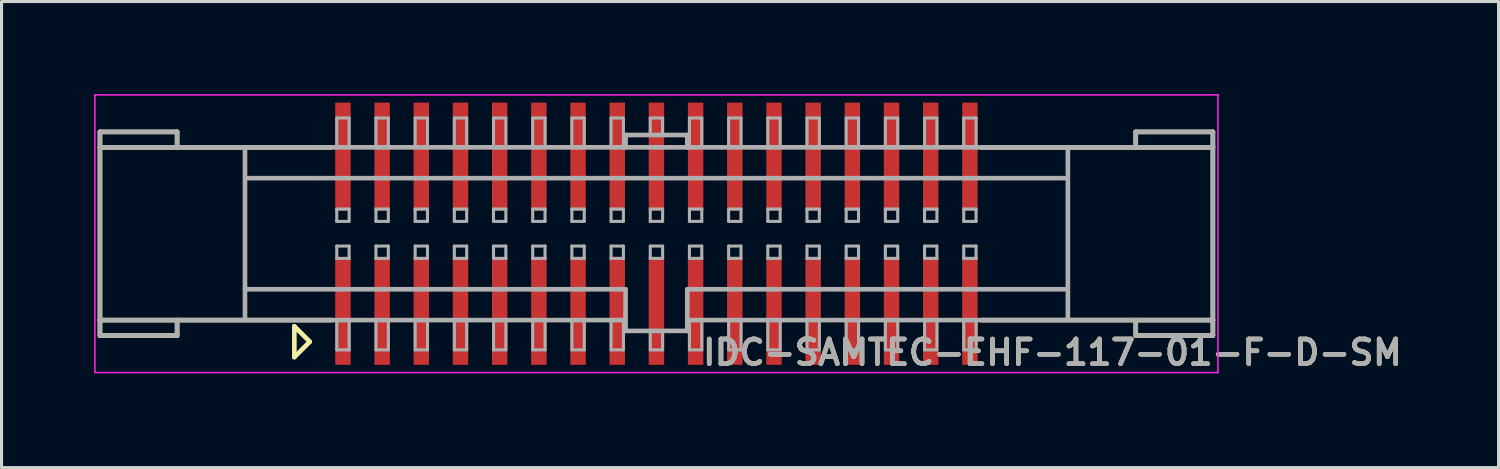
<source format=kicad_pcb>
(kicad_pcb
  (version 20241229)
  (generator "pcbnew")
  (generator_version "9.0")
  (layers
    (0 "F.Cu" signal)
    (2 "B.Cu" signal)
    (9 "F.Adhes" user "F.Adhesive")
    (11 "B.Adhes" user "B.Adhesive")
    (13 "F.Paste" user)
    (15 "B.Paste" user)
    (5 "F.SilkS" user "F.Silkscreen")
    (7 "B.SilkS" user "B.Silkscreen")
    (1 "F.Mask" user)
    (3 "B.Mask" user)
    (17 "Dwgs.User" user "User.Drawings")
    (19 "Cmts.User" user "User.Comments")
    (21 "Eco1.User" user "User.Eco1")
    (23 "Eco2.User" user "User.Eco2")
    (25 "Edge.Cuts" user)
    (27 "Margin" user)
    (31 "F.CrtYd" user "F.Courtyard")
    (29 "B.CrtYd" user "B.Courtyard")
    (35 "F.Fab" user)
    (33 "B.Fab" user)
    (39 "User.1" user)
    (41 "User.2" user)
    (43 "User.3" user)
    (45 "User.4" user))
  (footprint "IDC-SAMTEC-EHF-117-01-F-D-SM"
    (layer "F.Cu")
    (at 18.225 4.525)
    (property "Reference" "IDC-SAMTEC-EHF-117-01-F-D-SM" (at 12.835 3.85 0) (layer "F.SilkS") (effects (font (size 0.8 0.8) (thickness 0.15))))
    (attr through_hole)
    (fp_line (start -18.035 -3.3) (end -15.535 -3.3) (stroke (width 0.15) (type solid)) (layer "F.SilkS"))
    (fp_line (start -18.035 -2.8) (end -18.035 -3.3) (stroke (width 0.15) (type solid)) (layer "F.SilkS"))
    (fp_line (start -18.035 2.8) (end -18.035 -2.8) (stroke (width 0.15) (type solid)) (layer "F.SilkS"))
    (fp_line (start -18.035 2.8) (end -18.035 3.3) (stroke (width 0.15) (type solid)) (layer "F.SilkS"))
    (fp_line (start -18.035 2.8) (end -10.535 2.8) (stroke (width 0.15) (type solid)) (layer "F.SilkS"))
    (fp_line (start -18.035 3.3) (end -15.535 3.3) (stroke (width 0.15) (type solid)) (layer "F.SilkS"))
    (fp_line (start -15.535 -3.3) (end -15.535 -2.8) (stroke (width 0.15) (type solid)) (layer "F.SilkS"))
    (fp_line (start -15.535 3.3) (end -15.535 2.8) (stroke (width 0.15) (type solid)) (layer "F.SilkS"))
    (fp_line (start -11.735 3) (end -11.735 4) (stroke (width 0.15) (type solid)) (layer "F.SilkS"))
    (fp_line (start -11.735 4) (end -11.235 3.5) (stroke (width 0.15) (type solid)) (layer "F.SilkS"))
    (fp_line (start -11.235 3.5) (end -11.735 3) (stroke (width 0.15) (type solid)) (layer "F.SilkS"))
    (fp_line (start -10.535 -2.8) (end -18.035 -2.8) (stroke (width 0.15) (type solid)) (layer "F.SilkS"))
    (fp_line (start 10.535 2.8) (end 18.035 2.8) (stroke (width 0.15) (type solid)) (layer "F.SilkS"))
    (fp_line (start 15.535 -3.3) (end 15.535 -2.8) (stroke (width 0.15) (type solid)) (layer "F.SilkS"))
    (fp_line (start 15.535 3.3) (end 15.535 2.8) (stroke (width 0.15) (type solid)) (layer "F.SilkS"))
    (fp_line (start 18.035 -3.3) (end 15.535 -3.3) (stroke (width 0.15) (type solid)) (layer "F.SilkS"))
    (fp_line (start 18.035 -2.8) (end 10.535 -2.8) (stroke (width 0.15) (type solid)) (layer "F.SilkS"))
    (fp_line (start 18.035 -2.8) (end 18.035 -3.3) (stroke (width 0.15) (type solid)) (layer "F.SilkS"))
    (fp_line (start 18.035 -2.8) (end 18.035 2.8) (stroke (width 0.15) (type solid)) (layer "F.SilkS"))
    (fp_line (start 18.035 2.8) (end 18.035 3.3) (stroke (width 0.15) (type solid)) (layer "F.SilkS"))
    (fp_line (start 18.035 3.3) (end 15.535 3.3) (stroke (width 0.15) (type solid)) (layer "F.SilkS"))
    (fp_line (start -18.2 -4.5) (end 18.2 -4.5) (stroke (width 0.05) (type solid)) (layer "F.CrtYd"))
    (fp_line (start -18.2 4.5) (end -18.2 -4.5) (stroke (width 0.05) (type solid)) (layer "F.CrtYd"))
    (fp_line (start 18.2 -4.5) (end 18.2 4.5) (stroke (width 0.05) (type solid)) (layer "F.CrtYd"))
    (fp_line (start 18.2 4.5) (end -18.2 4.5) (stroke (width 0.05) (type solid)) (layer "F.CrtYd"))
    (fp_line (start -18.035 -3.3) (end -18.035 -2.8) (stroke (width 0.15) (type solid)) (layer "F.Fab"))
    (fp_line (start -18.035 2.8) (end -18.035 -2.8) (stroke (width 0.15) (type solid)) (layer "F.Fab"))
    (fp_line (start -18.035 2.8) (end -18.035 3.3) (stroke (width 0.15) (type solid)) (layer "F.Fab"))
    (fp_line (start -18.035 2.8) (end -1 2.8) (stroke (width 0.15) (type solid)) (layer "F.Fab"))
    (fp_line (start -18.035 3.3) (end -15.535 3.3) (stroke (width 0.15) (type solid)) (layer "F.Fab"))
    (fp_line (start -18 -2.8) (end 18 -2.8) (stroke (width 0.15) (type solid)) (layer "F.Fab"))
    (fp_line (start -15.535 -3.3) (end -18.035 -3.3) (stroke (width 0.15) (type solid)) (layer "F.Fab"))
    (fp_line (start -15.535 -2.8) (end -15.535 -3.3) (stroke (width 0.15) (type solid)) (layer "F.Fab"))
    (fp_line (start -15.535 3.3) (end -15.535 2.8) (stroke (width 0.15) (type solid)) (layer "F.Fab"))
    (fp_line (start -13.335 -2.8) (end -13.335 2.8) (stroke (width 0.15) (type solid)) (layer "F.Fab"))
    (fp_line (start -13.335 1.8) (end -1 1.8) (stroke (width 0.15) (type solid)) (layer "F.Fab"))
    (fp_line (start -13.3 -1.8) (end 13.3 -1.8) (stroke (width 0.15) (type solid)) (layer "F.Fab"))
    (fp_line (start -10.36 -3.75) (end -9.96 -3.75) (stroke (width 0.1) (type solid)) (layer "F.Fab"))
    (fp_line (start -10.36 -2.8) (end -10.36 -3.75) (stroke (width 0.1) (type solid)) (layer "F.Fab"))
    (fp_line (start -10.36 -0.8) (end -9.96 -0.8) (stroke (width 0.1) (type solid)) (layer "F.Fab"))
    (fp_line (start -10.36 -0.4) (end -10.36 -0.8) (stroke (width 0.1) (type solid)) (layer "F.Fab"))
    (fp_line (start -10.36 0.4) (end -9.96 0.4) (stroke (width 0.1) (type solid)) (layer "F.Fab"))
    (fp_line (start -10.36 0.8) (end -10.36 0.4) (stroke (width 0.1) (type solid)) (layer "F.Fab"))
    (fp_line (start -10.359 3.765) (end -10.359 2.815) (stroke (width 0.1) (type solid)) (layer "F.Fab"))
    (fp_line (start -9.96 -3.75) (end -9.96 -2.8) (stroke (width 0.1) (type solid)) (layer "F.Fab"))
    (fp_line (start -9.96 -0.8) (end -9.96 -0.4) (stroke (width 0.1) (type solid)) (layer "F.Fab"))
    (fp_line (start -9.96 -0.4) (end -10.36 -0.4) (stroke (width 0.1) (type solid)) (layer "F.Fab"))
    (fp_line (start -9.96 0.4) (end -9.96 0.8) (stroke (width 0.1) (type solid)) (layer "F.Fab"))
    (fp_line (start -9.96 0.8) (end -10.36 0.8) (stroke (width 0.1) (type solid)) (layer "F.Fab"))
    (fp_line (start -9.959 2.815) (end -9.959 3.765) (stroke (width 0.1) (type solid)) (layer "F.Fab"))
    (fp_line (start -9.959 3.765) (end -10.359 3.765) (stroke (width 0.1) (type solid)) (layer "F.Fab"))
    (fp_line (start -9.09 -3.75) (end -8.69 -3.75) (stroke (width 0.1) (type solid)) (layer "F.Fab"))
    (fp_line (start -9.09 -2.8) (end -9.09 -3.75) (stroke (width 0.1) (type solid)) (layer "F.Fab"))
    (fp_line (start -9.09 -0.8) (end -8.69 -0.8) (stroke (width 0.1) (type solid)) (layer "F.Fab"))
    (fp_line (start -9.09 -0.4) (end -9.09 -0.8) (stroke (width 0.1) (type solid)) (layer "F.Fab"))
    (fp_line (start -9.09 0.4) (end -8.69 0.4) (stroke (width 0.1) (type solid)) (layer "F.Fab"))
    (fp_line (start -9.09 0.8) (end -9.09 0.4) (stroke (width 0.1) (type solid)) (layer "F.Fab"))
    (fp_line (start -9.089 3.765) (end -9.089 2.815) (stroke (width 0.1) (type solid)) (layer "F.Fab"))
    (fp_line (start -8.69 -3.75) (end -8.69 -2.8) (stroke (width 0.1) (type solid)) (layer "F.Fab"))
    (fp_line (start -8.69 -0.8) (end -8.69 -0.4) (stroke (width 0.1) (type solid)) (layer "F.Fab"))
    (fp_line (start -8.69 -0.4) (end -9.09 -0.4) (stroke (width 0.1) (type solid)) (layer "F.Fab"))
    (fp_line (start -8.69 0.4) (end -8.69 0.8) (stroke (width 0.1) (type solid)) (layer "F.Fab"))
    (fp_line (start -8.69 0.8) (end -9.09 0.8) (stroke (width 0.1) (type solid)) (layer "F.Fab"))
    (fp_line (start -8.689 2.815) (end -8.689 3.765) (stroke (width 0.1) (type solid)) (layer "F.Fab"))
    (fp_line (start -8.689 3.765) (end -9.089 3.765) (stroke (width 0.1) (type solid)) (layer "F.Fab"))
    (fp_line (start -7.82 -3.75) (end -7.42 -3.75) (stroke (width 0.1) (type solid)) (layer "F.Fab"))
    (fp_line (start -7.82 -2.8) (end -7.82 -3.75) (stroke (width 0.1) (type solid)) (layer "F.Fab"))
    (fp_line (start -7.82 -0.8) (end -7.42 -0.8) (stroke (width 0.1) (type solid)) (layer "F.Fab"))
    (fp_line (start -7.82 -0.4) (end -7.82 -0.8) (stroke (width 0.1) (type solid)) (layer "F.Fab"))
    (fp_line (start -7.82 0.4) (end -7.42 0.4) (stroke (width 0.1) (type solid)) (layer "F.Fab"))
    (fp_line (start -7.82 0.8) (end -7.82 0.4) (stroke (width 0.1) (type solid)) (layer "F.Fab"))
    (fp_line (start -7.819 3.765) (end -7.819 2.815) (stroke (width 0.1) (type solid)) (layer "F.Fab"))
    (fp_line (start -7.42 -3.75) (end -7.42 -2.8) (stroke (width 0.1) (type solid)) (layer "F.Fab"))
    (fp_line (start -7.42 -0.8) (end -7.42 -0.4) (stroke (width 0.1) (type solid)) (layer "F.Fab"))
    (fp_line (start -7.42 -0.4) (end -7.82 -0.4) (stroke (width 0.1) (type solid)) (layer "F.Fab"))
    (fp_line (start -7.42 0.4) (end -7.42 0.8) (stroke (width 0.1) (type solid)) (layer "F.Fab"))
    (fp_line (start -7.42 0.8) (end -7.82 0.8) (stroke (width 0.1) (type solid)) (layer "F.Fab"))
    (fp_line (start -7.419 2.815) (end -7.419 3.765) (stroke (width 0.1) (type solid)) (layer "F.Fab"))
    (fp_line (start -7.419 3.765) (end -7.819 3.765) (stroke (width 0.1) (type solid)) (layer "F.Fab"))
    (fp_line (start -6.55 -3.75) (end -6.15 -3.75) (stroke (width 0.1) (type solid)) (layer "F.Fab"))
    (fp_line (start -6.55 -2.8) (end -6.55 -3.75) (stroke (width 0.1) (type solid)) (layer "F.Fab"))
    (fp_line (start -6.55 -0.8) (end -6.15 -0.8) (stroke (width 0.1) (type solid)) (layer "F.Fab"))
    (fp_line (start -6.55 -0.4) (end -6.55 -0.8) (stroke (width 0.1) (type solid)) (layer "F.Fab"))
    (fp_line (start -6.55 0.4) (end -6.15 0.4) (stroke (width 0.1) (type solid)) (layer "F.Fab"))
    (fp_line (start -6.55 0.8) (end -6.55 0.4) (stroke (width 0.1) (type solid)) (layer "F.Fab"))
    (fp_line (start -6.549 3.765) (end -6.549 2.815) (stroke (width 0.1) (type solid)) (layer "F.Fab"))
    (fp_line (start -6.15 -3.75) (end -6.15 -2.8) (stroke (width 0.1) (type solid)) (layer "F.Fab"))
    (fp_line (start -6.15 -0.8) (end -6.15 -0.4) (stroke (width 0.1) (type solid)) (layer "F.Fab"))
    (fp_line (start -6.15 -0.4) (end -6.55 -0.4) (stroke (width 0.1) (type solid)) (layer "F.Fab"))
    (fp_line (start -6.15 0.4) (end -6.15 0.8) (stroke (width 0.1) (type solid)) (layer "F.Fab"))
    (fp_line (start -6.15 0.8) (end -6.55 0.8) (stroke (width 0.1) (type solid)) (layer "F.Fab"))
    (fp_line (start -6.149 2.815) (end -6.149 3.765) (stroke (width 0.1) (type solid)) (layer "F.Fab"))
    (fp_line (start -6.149 3.765) (end -6.549 3.765) (stroke (width 0.1) (type solid)) (layer "F.Fab"))
    (fp_line (start -5.28 -3.75) (end -4.88 -3.75) (stroke (width 0.1) (type solid)) (layer "F.Fab"))
    (fp_line (start -5.28 -2.8) (end -5.28 -3.75) (stroke (width 0.1) (type solid)) (layer "F.Fab"))
    (fp_line (start -5.28 -0.8) (end -4.88 -0.8) (stroke (width 0.1) (type solid)) (layer "F.Fab"))
    (fp_line (start -5.28 -0.4) (end -5.28 -0.8) (stroke (width 0.1) (type solid)) (layer "F.Fab"))
    (fp_line (start -5.28 0.4) (end -4.88 0.4) (stroke (width 0.1) (type solid)) (layer "F.Fab"))
    (fp_line (start -5.28 0.8) (end -5.28 0.4) (stroke (width 0.1) (type solid)) (layer "F.Fab"))
    (fp_line (start -5.279 3.765) (end -5.279 2.815) (stroke (width 0.1) (type solid)) (layer "F.Fab"))
    (fp_line (start -4.88 -3.75) (end -4.88 -2.8) (stroke (width 0.1) (type solid)) (layer "F.Fab"))
    (fp_line (start -4.88 -0.8) (end -4.88 -0.4) (stroke (width 0.1) (type solid)) (layer "F.Fab"))
    (fp_line (start -4.88 -0.4) (end -5.28 -0.4) (stroke (width 0.1) (type solid)) (layer "F.Fab"))
    (fp_line (start -4.88 0.4) (end -4.88 0.8) (stroke (width 0.1) (type solid)) (layer "F.Fab"))
    (fp_line (start -4.88 0.8) (end -5.28 0.8) (stroke (width 0.1) (type solid)) (layer "F.Fab"))
    (fp_line (start -4.879 2.815) (end -4.879 3.765) (stroke (width 0.1) (type solid)) (layer "F.Fab"))
    (fp_line (start -4.879 3.765) (end -5.279 3.765) (stroke (width 0.1) (type solid)) (layer "F.Fab"))
    (fp_line (start -4.01 -3.75) (end -3.61 -3.75) (stroke (width 0.1) (type solid)) (layer "F.Fab"))
    (fp_line (start -4.01 -2.8) (end -4.01 -3.75) (stroke (width 0.1) (type solid)) (layer "F.Fab"))
    (fp_line (start -4.01 -0.8) (end -3.61 -0.8) (stroke (width 0.1) (type solid)) (layer "F.Fab"))
    (fp_line (start -4.01 -0.4) (end -4.01 -0.8) (stroke (width 0.1) (type solid)) (layer "F.Fab"))
    (fp_line (start -4.01 0.4) (end -3.61 0.4) (stroke (width 0.1) (type solid)) (layer "F.Fab"))
    (fp_line (start -4.01 0.8) (end -4.01 0.4) (stroke (width 0.1) (type solid)) (layer "F.Fab"))
    (fp_line (start -4.009 3.765) (end -4.009 2.815) (stroke (width 0.1) (type solid)) (layer "F.Fab"))
    (fp_line (start -3.61 -3.75) (end -3.61 -2.8) (stroke (width 0.1) (type solid)) (layer "F.Fab"))
    (fp_line (start -3.61 -0.8) (end -3.61 -0.4) (stroke (width 0.1) (type solid)) (layer "F.Fab"))
    (fp_line (start -3.61 -0.4) (end -4.01 -0.4) (stroke (width 0.1) (type solid)) (layer "F.Fab"))
    (fp_line (start -3.61 0.4) (end -3.61 0.8) (stroke (width 0.1) (type solid)) (layer "F.Fab"))
    (fp_line (start -3.61 0.8) (end -4.01 0.8) (stroke (width 0.1) (type solid)) (layer "F.Fab"))
    (fp_line (start -3.609 2.815) (end -3.609 3.765) (stroke (width 0.1) (type solid)) (layer "F.Fab"))
    (fp_line (start -3.609 3.765) (end -4.009 3.765) (stroke (width 0.1) (type solid)) (layer "F.Fab"))
    (fp_line (start -2.74 -3.75) (end -2.34 -3.75) (stroke (width 0.1) (type solid)) (layer "F.Fab"))
    (fp_line (start -2.74 -2.8) (end -2.74 -3.75) (stroke (width 0.1) (type solid)) (layer "F.Fab"))
    (fp_line (start -2.74 -0.8) (end -2.34 -0.8) (stroke (width 0.1) (type solid)) (layer "F.Fab"))
    (fp_line (start -2.74 -0.4) (end -2.74 -0.8) (stroke (width 0.1) (type solid)) (layer "F.Fab"))
    (fp_line (start -2.74 0.4) (end -2.34 0.4) (stroke (width 0.1) (type solid)) (layer "F.Fab"))
    (fp_line (start -2.74 0.8) (end -2.74 0.4) (stroke (width 0.1) (type solid)) (layer "F.Fab"))
    (fp_line (start -2.739 3.765) (end -2.739 2.815) (stroke (width 0.1) (type solid)) (layer "F.Fab"))
    (fp_line (start -2.34 -3.75) (end -2.34 -2.8) (stroke (width 0.1) (type solid)) (layer "F.Fab"))
    (fp_line (start -2.34 -0.8) (end -2.34 -0.4) (stroke (width 0.1) (type solid)) (layer "F.Fab"))
    (fp_line (start -2.34 -0.4) (end -2.74 -0.4) (stroke (width 0.1) (type solid)) (layer "F.Fab"))
    (fp_line (start -2.34 0.4) (end -2.34 0.8) (stroke (width 0.1) (type solid)) (layer "F.Fab"))
    (fp_line (start -2.34 0.8) (end -2.74 0.8) (stroke (width 0.1) (type solid)) (layer "F.Fab"))
    (fp_line (start -2.339 2.815) (end -2.339 3.765) (stroke (width 0.1) (type solid)) (layer "F.Fab"))
    (fp_line (start -2.339 3.765) (end -2.739 3.765) (stroke (width 0.1) (type solid)) (layer "F.Fab"))
    (fp_line (start -1.47 -3.75) (end -1.07 -3.75) (stroke (width 0.1) (type solid)) (layer "F.Fab"))
    (fp_line (start -1.47 -2.8) (end -1.47 -3.75) (stroke (width 0.1) (type solid)) (layer "F.Fab"))
    (fp_line (start -1.47 -0.8) (end -1.07 -0.8) (stroke (width 0.1) (type solid)) (layer "F.Fab"))
    (fp_line (start -1.47 -0.4) (end -1.47 -0.8) (stroke (width 0.1) (type solid)) (layer "F.Fab"))
    (fp_line (start -1.47 0.4) (end -1.07 0.4) (stroke (width 0.1) (type solid)) (layer "F.Fab"))
    (fp_line (start -1.47 0.8) (end -1.47 0.4) (stroke (width 0.1) (type solid)) (layer "F.Fab"))
    (fp_line (start -1.469 3.765) (end -1.469 2.815) (stroke (width 0.1) (type solid)) (layer "F.Fab"))
    (fp_line (start -1.07 -3.75) (end -1.07 -2.8) (stroke (width 0.1) (type solid)) (layer "F.Fab"))
    (fp_line (start -1.07 -0.8) (end -1.07 -0.4) (stroke (width 0.1) (type solid)) (layer "F.Fab"))
    (fp_line (start -1.07 -0.4) (end -1.47 -0.4) (stroke (width 0.1) (type solid)) (layer "F.Fab"))
    (fp_line (start -1.07 0.4) (end -1.07 0.8) (stroke (width 0.1) (type solid)) (layer "F.Fab"))
    (fp_line (start -1.07 0.8) (end -1.47 0.8) (stroke (width 0.1) (type solid)) (layer "F.Fab"))
    (fp_line (start -1.069 2.815) (end -1.069 3.765) (stroke (width 0.1) (type solid)) (layer "F.Fab"))
    (fp_line (start -1.069 3.765) (end -1.469 3.765) (stroke (width 0.1) (type solid)) (layer "F.Fab"))
    (fp_line (start -1 -3.2) (end 1 -3.2) (stroke (width 0.15) (type solid)) (layer "F.Fab"))
    (fp_line (start -1 -2.8) (end -1 -3.2) (stroke (width 0.15) (type solid)) (layer "F.Fab"))
    (fp_line (start -1 1.8) (end -1 3.15) (stroke (width 0.15) (type solid)) (layer "F.Fab"))
    (fp_line (start -1 3.15) (end 1 3.15) (stroke (width 0.15) (type solid)) (layer "F.Fab"))
    (fp_line (start -0.2 -3.75) (end 0.2 -3.75) (stroke (width 0.1) (type solid)) (layer "F.Fab"))
    (fp_line (start -0.2 -3.2) (end -0.2 -3.75) (stroke (width 0.1) (type solid)) (layer "F.Fab"))
    (fp_line (start -0.2 -0.8) (end 0.2 -0.8) (stroke (width 0.1) (type solid)) (layer "F.Fab"))
    (fp_line (start -0.2 -0.4) (end -0.2 -0.8) (stroke (width 0.1) (type solid)) (layer "F.Fab"))
    (fp_line (start -0.2 0.4) (end 0.2 0.4) (stroke (width 0.1) (type solid)) (layer "F.Fab"))
    (fp_line (start -0.2 0.8) (end -0.2 0.4) (stroke (width 0.1) (type solid)) (layer "F.Fab"))
    (fp_line (start -0.199 3.765) (end -0.2 3.15) (stroke (width 0.1) (type solid)) (layer "F.Fab"))
    (fp_line (start 0.2 -3.75) (end 0.2 -3.2) (stroke (width 0.1) (type solid)) (layer "F.Fab"))
    (fp_line (start 0.2 -0.8) (end 0.2 -0.4) (stroke (width 0.1) (type solid)) (layer "F.Fab"))
    (fp_line (start 0.2 -0.4) (end -0.2 -0.4) (stroke (width 0.1) (type solid)) (layer "F.Fab"))
    (fp_line (start 0.2 0.4) (end 0.2 0.8) (stroke (width 0.1) (type solid)) (layer "F.Fab"))
    (fp_line (start 0.2 0.8) (end -0.2 0.8) (stroke (width 0.1) (type solid)) (layer "F.Fab"))
    (fp_line (start 0.2 3.15) (end 0.201 3.765) (stroke (width 0.1) (type solid)) (layer "F.Fab"))
    (fp_line (start 0.201 3.765) (end -0.199 3.765) (stroke (width 0.1) (type solid)) (layer "F.Fab"))
    (fp_line (start 1 -3.2) (end 1 -2.8) (stroke (width 0.15) (type solid)) (layer "F.Fab"))
    (fp_line (start 1 1.8) (end 13.3 1.8) (stroke (width 0.15) (type solid)) (layer "F.Fab"))
    (fp_line (start 1 2.8) (end 18 2.8) (stroke (width 0.15) (type solid)) (layer "F.Fab"))
    (fp_line (start 1 3.15) (end 1 1.8) (stroke (width 0.15) (type solid)) (layer "F.Fab"))
    (fp_line (start 1.07 -3.75) (end 1.47 -3.75) (stroke (width 0.1) (type solid)) (layer "F.Fab"))
    (fp_line (start 1.07 -2.8) (end 1.07 -3.75) (stroke (width 0.1) (type solid)) (layer "F.Fab"))
    (fp_line (start 1.07 -0.8) (end 1.47 -0.8) (stroke (width 0.1) (type solid)) (layer "F.Fab"))
    (fp_line (start 1.07 -0.4) (end 1.07 -0.8) (stroke (width 0.1) (type solid)) (layer "F.Fab"))
    (fp_line (start 1.07 0.4) (end 1.47 0.4) (stroke (width 0.1) (type solid)) (layer "F.Fab"))
    (fp_line (start 1.07 0.8) (end 1.07 0.4) (stroke (width 0.1) (type solid)) (layer "F.Fab"))
    (fp_line (start 1.071 3.765) (end 1.071 2.815) (stroke (width 0.1) (type solid)) (layer "F.Fab"))
    (fp_line (start 1.47 -3.75) (end 1.47 -2.8) (stroke (width 0.1) (type solid)) (layer "F.Fab"))
    (fp_line (start 1.47 -0.8) (end 1.47 -0.4) (stroke (width 0.1) (type solid)) (layer "F.Fab"))
    (fp_line (start 1.47 -0.4) (end 1.07 -0.4) (stroke (width 0.1) (type solid)) (layer "F.Fab"))
    (fp_line (start 1.47 0.4) (end 1.47 0.8) (stroke (width 0.1) (type solid)) (layer "F.Fab"))
    (fp_line (start 1.47 0.8) (end 1.07 0.8) (stroke (width 0.1) (type solid)) (layer "F.Fab"))
    (fp_line (start 1.471 2.815) (end 1.471 3.765) (stroke (width 0.1) (type solid)) (layer "F.Fab"))
    (fp_line (start 1.471 3.765) (end 1.071 3.765) (stroke (width 0.1) (type solid)) (layer "F.Fab"))
    (fp_line (start 2.34 -3.75) (end 2.74 -3.75) (stroke (width 0.1) (type solid)) (layer "F.Fab"))
    (fp_line (start 2.34 -2.8) (end 2.34 -3.75) (stroke (width 0.1) (type solid)) (layer "F.Fab"))
    (fp_line (start 2.34 -0.8) (end 2.74 -0.8) (stroke (width 0.1) (type solid)) (layer "F.Fab"))
    (fp_line (start 2.34 -0.4) (end 2.34 -0.8) (stroke (width 0.1) (type solid)) (layer "F.Fab"))
    (fp_line (start 2.34 0.4) (end 2.74 0.4) (stroke (width 0.1) (type solid)) (layer "F.Fab"))
    (fp_line (start 2.34 0.8) (end 2.34 0.4) (stroke (width 0.1) (type solid)) (layer "F.Fab"))
    (fp_line (start 2.341 3.765) (end 2.341 2.815) (stroke (width 0.1) (type solid)) (layer "F.Fab"))
    (fp_line (start 2.74 -3.75) (end 2.74 -2.8) (stroke (width 0.1) (type solid)) (layer "F.Fab"))
    (fp_line (start 2.74 -0.8) (end 2.74 -0.4) (stroke (width 0.1) (type solid)) (layer "F.Fab"))
    (fp_line (start 2.74 -0.4) (end 2.34 -0.4) (stroke (width 0.1) (type solid)) (layer "F.Fab"))
    (fp_line (start 2.74 0.4) (end 2.74 0.8) (stroke (width 0.1) (type solid)) (layer "F.Fab"))
    (fp_line (start 2.74 0.8) (end 2.34 0.8) (stroke (width 0.1) (type solid)) (layer "F.Fab"))
    (fp_line (start 2.741 2.815) (end 2.741 3.765) (stroke (width 0.1) (type solid)) (layer "F.Fab"))
    (fp_line (start 2.741 3.765) (end 2.341 3.765) (stroke (width 0.1) (type solid)) (layer "F.Fab"))
    (fp_line (start 3.61 -3.75) (end 4.01 -3.75) (stroke (width 0.1) (type solid)) (layer "F.Fab"))
    (fp_line (start 3.61 -2.8) (end 3.61 -3.75) (stroke (width 0.1) (type solid)) (layer "F.Fab"))
    (fp_line (start 3.61 -0.8) (end 4.01 -0.8) (stroke (width 0.1) (type solid)) (layer "F.Fab"))
    (fp_line (start 3.61 -0.4) (end 3.61 -0.8) (stroke (width 0.1) (type solid)) (layer "F.Fab"))
    (fp_line (start 3.61 0.4) (end 4.01 0.4) (stroke (width 0.1) (type solid)) (layer "F.Fab"))
    (fp_line (start 3.61 0.8) (end 3.61 0.4) (stroke (width 0.1) (type solid)) (layer "F.Fab"))
    (fp_line (start 3.611 3.765) (end 3.611 2.815) (stroke (width 0.1) (type solid)) (layer "F.Fab"))
    (fp_line (start 4.01 -3.75) (end 4.01 -2.8) (stroke (width 0.1) (type solid)) (layer "F.Fab"))
    (fp_line (start 4.01 -0.8) (end 4.01 -0.4) (stroke (width 0.1) (type solid)) (layer "F.Fab"))
    (fp_line (start 4.01 -0.4) (end 3.61 -0.4) (stroke (width 0.1) (type solid)) (layer "F.Fab"))
    (fp_line (start 4.01 0.4) (end 4.01 0.8) (stroke (width 0.1) (type solid)) (layer "F.Fab"))
    (fp_line (start 4.01 0.8) (end 3.61 0.8) (stroke (width 0.1) (type solid)) (layer "F.Fab"))
    (fp_line (start 4.011 2.815) (end 4.011 3.765) (stroke (width 0.1) (type solid)) (layer "F.Fab"))
    (fp_line (start 4.011 3.765) (end 3.611 3.765) (stroke (width 0.1) (type solid)) (layer "F.Fab"))
    (fp_line (start 4.88 -3.75) (end 5.28 -3.75) (stroke (width 0.1) (type solid)) (layer "F.Fab"))
    (fp_line (start 4.88 -2.8) (end 4.88 -3.75) (stroke (width 0.1) (type solid)) (layer "F.Fab"))
    (fp_line (start 4.88 -0.8) (end 5.28 -0.8) (stroke (width 0.1) (type solid)) (layer "F.Fab"))
    (fp_line (start 4.88 -0.4) (end 4.88 -0.8) (stroke (width 0.1) (type solid)) (layer "F.Fab"))
    (fp_line (start 4.88 0.4) (end 5.28 0.4) (stroke (width 0.1) (type solid)) (layer "F.Fab"))
    (fp_line (start 4.88 0.8) (end 4.88 0.4) (stroke (width 0.1) (type solid)) (layer "F.Fab"))
    (fp_line (start 4.881 3.765) (end 4.881 2.815) (stroke (width 0.1) (type solid)) (layer "F.Fab"))
    (fp_line (start 5.28 -3.75) (end 5.28 -2.8) (stroke (width 0.1) (type solid)) (layer "F.Fab"))
    (fp_line (start 5.28 -0.8) (end 5.28 -0.4) (stroke (width 0.1) (type solid)) (layer "F.Fab"))
    (fp_line (start 5.28 -0.4) (end 4.88 -0.4) (stroke (width 0.1) (type solid)) (layer "F.Fab"))
    (fp_line (start 5.28 0.4) (end 5.28 0.8) (stroke (width 0.1) (type solid)) (layer "F.Fab"))
    (fp_line (start 5.28 0.8) (end 4.88 0.8) (stroke (width 0.1) (type solid)) (layer "F.Fab"))
    (fp_line (start 5.281 2.815) (end 5.281 3.765) (stroke (width 0.1) (type solid)) (layer "F.Fab"))
    (fp_line (start 5.281 3.765) (end 4.881 3.765) (stroke (width 0.1) (type solid)) (layer "F.Fab"))
    (fp_line (start 6.15 -3.75) (end 6.55 -3.75) (stroke (width 0.1) (type solid)) (layer "F.Fab"))
    (fp_line (start 6.15 -2.8) (end 6.15 -3.75) (stroke (width 0.1) (type solid)) (layer "F.Fab"))
    (fp_line (start 6.15 -0.8) (end 6.55 -0.8) (stroke (width 0.1) (type solid)) (layer "F.Fab"))
    (fp_line (start 6.15 -0.4) (end 6.15 -0.8) (stroke (width 0.1) (type solid)) (layer "F.Fab"))
    (fp_line (start 6.15 0.4) (end 6.55 0.4) (stroke (width 0.1) (type solid)) (layer "F.Fab"))
    (fp_line (start 6.15 0.8) (end 6.15 0.4) (stroke (width 0.1) (type solid)) (layer "F.Fab"))
    (fp_line (start 6.151 3.765) (end 6.151 2.815) (stroke (width 0.1) (type solid)) (layer "F.Fab"))
    (fp_line (start 6.55 -3.75) (end 6.55 -2.8) (stroke (width 0.1) (type solid)) (layer "F.Fab"))
    (fp_line (start 6.55 -0.8) (end 6.55 -0.4) (stroke (width 0.1) (type solid)) (layer "F.Fab"))
    (fp_line (start 6.55 -0.4) (end 6.15 -0.4) (stroke (width 0.1) (type solid)) (layer "F.Fab"))
    (fp_line (start 6.55 0.4) (end 6.55 0.8) (stroke (width 0.1) (type solid)) (layer "F.Fab"))
    (fp_line (start 6.55 0.8) (end 6.15 0.8) (stroke (width 0.1) (type solid)) (layer "F.Fab"))
    (fp_line (start 6.551 2.815) (end 6.551 3.765) (stroke (width 0.1) (type solid)) (layer "F.Fab"))
    (fp_line (start 6.551 3.765) (end 6.151 3.765) (stroke (width 0.1) (type solid)) (layer "F.Fab"))
    (fp_line (start 7.42 -3.75) (end 7.82 -3.75) (stroke (width 0.1) (type solid)) (layer "F.Fab"))
    (fp_line (start 7.42 -2.8) (end 7.42 -3.75) (stroke (width 0.1) (type solid)) (layer "F.Fab"))
    (fp_line (start 7.42 -0.8) (end 7.82 -0.8) (stroke (width 0.1) (type solid)) (layer "F.Fab"))
    (fp_line (start 7.42 -0.4) (end 7.42 -0.8) (stroke (width 0.1) (type solid)) (layer "F.Fab"))
    (fp_line (start 7.42 0.4) (end 7.82 0.4) (stroke (width 0.1) (type solid)) (layer "F.Fab"))
    (fp_line (start 7.42 0.8) (end 7.42 0.4) (stroke (width 0.1) (type solid)) (layer "F.Fab"))
    (fp_line (start 7.421 3.765) (end 7.421 2.815) (stroke (width 0.1) (type solid)) (layer "F.Fab"))
    (fp_line (start 7.82 -3.75) (end 7.82 -2.8) (stroke (width 0.1) (type solid)) (layer "F.Fab"))
    (fp_line (start 7.82 -0.8) (end 7.82 -0.4) (stroke (width 0.1) (type solid)) (layer "F.Fab"))
    (fp_line (start 7.82 -0.4) (end 7.42 -0.4) (stroke (width 0.1) (type solid)) (layer "F.Fab"))
    (fp_line (start 7.82 0.4) (end 7.82 0.8) (stroke (width 0.1) (type solid)) (layer "F.Fab"))
    (fp_line (start 7.82 0.8) (end 7.42 0.8) (stroke (width 0.1) (type solid)) (layer "F.Fab"))
    (fp_line (start 7.821 2.815) (end 7.821 3.765) (stroke (width 0.1) (type solid)) (layer "F.Fab"))
    (fp_line (start 7.821 3.765) (end 7.421 3.765) (stroke (width 0.1) (type solid)) (layer "F.Fab"))
    (fp_line (start 8.69 -3.75) (end 9.09 -3.75) (stroke (width 0.1) (type solid)) (layer "F.Fab"))
    (fp_line (start 8.69 -2.8) (end 8.69 -3.75) (stroke (width 0.1) (type solid)) (layer "F.Fab"))
    (fp_line (start 8.69 -0.8) (end 9.09 -0.8) (stroke (width 0.1) (type solid)) (layer "F.Fab"))
    (fp_line (start 8.69 -0.4) (end 8.69 -0.8) (stroke (width 0.1) (type solid)) (layer "F.Fab"))
    (fp_line (start 8.69 0.4) (end 9.09 0.4) (stroke (width 0.1) (type solid)) (layer "F.Fab"))
    (fp_line (start 8.69 0.8) (end 8.69 0.4) (stroke (width 0.1) (type solid)) (layer "F.Fab"))
    (fp_line (start 8.691 3.765) (end 8.691 2.815) (stroke (width 0.1) (type solid)) (layer "F.Fab"))
    (fp_line (start 9.09 -3.75) (end 9.09 -2.8) (stroke (width 0.1) (type solid)) (layer "F.Fab"))
    (fp_line (start 9.09 -0.8) (end 9.09 -0.4) (stroke (width 0.1) (type solid)) (layer "F.Fab"))
    (fp_line (start 9.09 -0.4) (end 8.69 -0.4) (stroke (width 0.1) (type solid)) (layer "F.Fab"))
    (fp_line (start 9.09 0.4) (end 9.09 0.8) (stroke (width 0.1) (type solid)) (layer "F.Fab"))
    (fp_line (start 9.09 0.8) (end 8.69 0.8) (stroke (width 0.1) (type solid)) (layer "F.Fab"))
    (fp_line (start 9.091 2.815) (end 9.091 3.765) (stroke (width 0.1) (type solid)) (layer "F.Fab"))
    (fp_line (start 9.091 3.765) (end 8.691 3.765) (stroke (width 0.1) (type solid)) (layer "F.Fab"))
    (fp_line (start 9.96 -3.75) (end 10.36 -3.75) (stroke (width 0.1) (type solid)) (layer "F.Fab"))
    (fp_line (start 9.96 -2.8) (end 9.96 -3.75) (stroke (width 0.1) (type solid)) (layer "F.Fab"))
    (fp_line (start 9.96 -0.8) (end 10.36 -0.8) (stroke (width 0.1) (type solid)) (layer "F.Fab"))
    (fp_line (start 9.96 -0.4) (end 9.96 -0.8) (stroke (width 0.1) (type solid)) (layer "F.Fab"))
    (fp_line (start 9.96 0.4) (end 10.36 0.4) (stroke (width 0.1) (type solid)) (layer "F.Fab"))
    (fp_line (start 9.96 0.8) (end 9.96 0.4) (stroke (width 0.1) (type solid)) (layer "F.Fab"))
    (fp_line (start 9.961 3.765) (end 9.961 2.815) (stroke (width 0.1) (type solid)) (layer "F.Fab"))
    (fp_line (start 10.36 -3.75) (end 10.36 -2.8) (stroke (width 0.1) (type solid)) (layer "F.Fab"))
    (fp_line (start 10.36 -0.8) (end 10.36 -0.4) (stroke (width 0.1) (type solid)) (layer "F.Fab"))
    (fp_line (start 10.36 -0.4) (end 9.96 -0.4) (stroke (width 0.1) (type solid)) (layer "F.Fab"))
    (fp_line (start 10.36 0.4) (end 10.36 0.8) (stroke (width 0.1) (type solid)) (layer "F.Fab"))
    (fp_line (start 10.36 0.8) (end 9.96 0.8) (stroke (width 0.1) (type solid)) (layer "F.Fab"))
    (fp_line (start 10.361 2.815) (end 10.361 3.765) (stroke (width 0.1) (type solid)) (layer "F.Fab"))
    (fp_line (start 10.361 3.765) (end 9.961 3.765) (stroke (width 0.1) (type solid)) (layer "F.Fab"))
    (fp_line (start 13.335 -2.8) (end 13.335 2.8) (stroke (width 0.15) (type solid)) (layer "F.Fab"))
    (fp_line (start 15.535 -3.3) (end 18.035 -3.3) (stroke (width 0.15) (type solid)) (layer "F.Fab"))
    (fp_line (start 15.535 -2.8) (end 15.535 -3.3) (stroke (width 0.15) (type solid)) (layer "F.Fab"))
    (fp_line (start 15.535 2.8) (end 15.535 3.3) (stroke (width 0.15) (type solid)) (layer "F.Fab"))
    (fp_line (start 15.535 3.3) (end 18.035 3.3) (stroke (width 0.15) (type solid)) (layer "F.Fab"))
    (fp_line (start 18.035 -3.3) (end 18.035 -2.8) (stroke (width 0.15) (type solid)) (layer "F.Fab"))
    (fp_line (start 18.035 -2.8) (end 18.035 2.8) (stroke (width 0.15) (type solid)) (layer "F.Fab"))
    (fp_line (start 18.035 3.3) (end 18.035 2.8) (stroke (width 0.15) (type solid)) (layer "F.Fab"))
    (fp_text user "${REFERENCE}" (at 12.835 3.85 0) (layer "F.Fab") (effects (font (size 0.8 0.8) (thickness 0.15))))
    (pad "1" smd rect (at -10.16 2.5) (size 0.5 3.5) (layers "F.Cu" "F.Mask" "F.Paste"))
    (pad "2" smd rect (at -10.16 -2.5) (size 0.5 3.5) (layers "F.Cu" "F.Mask" "F.Paste"))
    (pad "3" smd rect (at -8.89 2.5) (size 0.5 3.5) (layers "F.Cu" "F.Mask" "F.Paste"))
    (pad "4" smd rect (at -8.89 -2.5) (size 0.5 3.5) (layers "F.Cu" "F.Mask" "F.Paste"))
    (pad "5" smd rect (at -7.62 2.5) (size 0.5 3.5) (layers "F.Cu" "F.Mask" "F.Paste"))
    (pad "6" smd rect (at -7.62 -2.5) (size 0.5 3.5) (layers "F.Cu" "F.Mask" "F.Paste"))
    (pad "7" smd rect (at -6.35 2.5) (size 0.5 3.5) (layers "F.Cu" "F.Mask" "F.Paste"))
    (pad "8" smd rect (at -6.35 -2.5) (size 0.5 3.5) (layers "F.Cu" "F.Mask" "F.Paste"))
    (pad "9" smd rect (at -5.08 2.5) (size 0.5 3.5) (layers "F.Cu" "F.Mask" "F.Paste"))
    (pad "10" smd rect (at -5.08 -2.5) (size 0.5 3.5) (layers "F.Cu" "F.Mask" "F.Paste"))
    (pad "11" smd rect (at -3.81 2.5) (size 0.5 3.5) (layers "F.Cu" "F.Mask" "F.Paste"))
    (pad "12" smd rect (at -3.81 -2.5) (size 0.5 3.5) (layers "F.Cu" "F.Mask" "F.Paste"))
    (pad "13" smd rect (at -2.54 2.5) (size 0.5 3.5) (layers "F.Cu" "F.Mask" "F.Paste"))
    (pad "14" smd rect (at -2.54 -2.5) (size 0.5 3.5) (layers "F.Cu" "F.Mask" "F.Paste"))
    (pad "15" smd rect (at -1.27 2.5) (size 0.5 3.5) (layers "F.Cu" "F.Mask" "F.Paste"))
    (pad "16" smd rect (at -1.27 -2.5) (size 0.5 3.5) (layers "F.Cu" "F.Mask" "F.Paste"))
    (pad "17" smd rect (at 0 2.5) (size 0.5 3.5) (layers "F.Cu" "F.Mask" "F.Paste"))
    (pad "18" smd rect (at 0 -2.5) (size 0.5 3.5) (layers "F.Cu" "F.Mask" "F.Paste"))
    (pad "19" smd rect (at 1.27 2.5) (size 0.5 3.5) (layers "F.Cu" "F.Mask" "F.Paste"))
    (pad "20" smd rect (at 1.27 -2.5) (size 0.5 3.5) (layers "F.Cu" "F.Mask" "F.Paste"))
    (pad "21" smd rect (at 2.54 2.5) (size 0.5 3.5) (layers "F.Cu" "F.Mask" "F.Paste"))
    (pad "22" smd rect (at 2.54 -2.5) (size 0.5 3.5) (layers "F.Cu" "F.Mask" "F.Paste"))
    (pad "23" smd rect (at 3.81 2.5) (size 0.5 3.5) (layers "F.Cu" "F.Mask" "F.Paste"))
    (pad "24" smd rect (at 3.81 -2.5) (size 0.5 3.5) (layers "F.Cu" "F.Mask" "F.Paste"))
    (pad "25" smd rect (at 5.08 2.5) (size 0.5 3.5) (layers "F.Cu" "F.Mask" "F.Paste"))
    (pad "26" smd rect (at 5.08 -2.5) (size 0.5 3.5) (layers "F.Cu" "F.Mask" "F.Paste"))
    (pad "27" smd rect (at 6.35 2.5) (size 0.5 3.5) (layers "F.Cu" "F.Mask" "F.Paste"))
    (pad "28" smd rect (at 6.35 -2.5) (size 0.5 3.5) (layers "F.Cu" "F.Mask" "F.Paste"))
    (pad "29" smd rect (at 7.62 2.5) (size 0.5 3.5) (layers "F.Cu" "F.Mask" "F.Paste"))
    (pad "30" smd rect (at 7.62 -2.5) (size 0.5 3.5) (layers "F.Cu" "F.Mask" "F.Paste"))
    (pad "31" smd rect (at 8.89 2.5) (size 0.5 3.5) (layers "F.Cu" "F.Mask" "F.Paste"))
    (pad "32" smd rect (at 8.89 -2.5) (size 0.5 3.5) (layers "F.Cu" "F.Mask" "F.Paste"))
    (pad "33" smd rect (at 10.16 2.5) (size 0.5 3.5) (layers "F.Cu" "F.Mask" "F.Paste"))
    (pad "34" smd rect (at 10.16 -2.5) (size 0.5 3.5) (layers "F.Cu" "F.Mask" "F.Paste")))
  (gr_rect
    (start -3 -3)
    (end 45.519 12.106)
    (stroke (width 0.1) (type default))
    (fill no)
    (layer "Edge.Cuts")))
</source>
